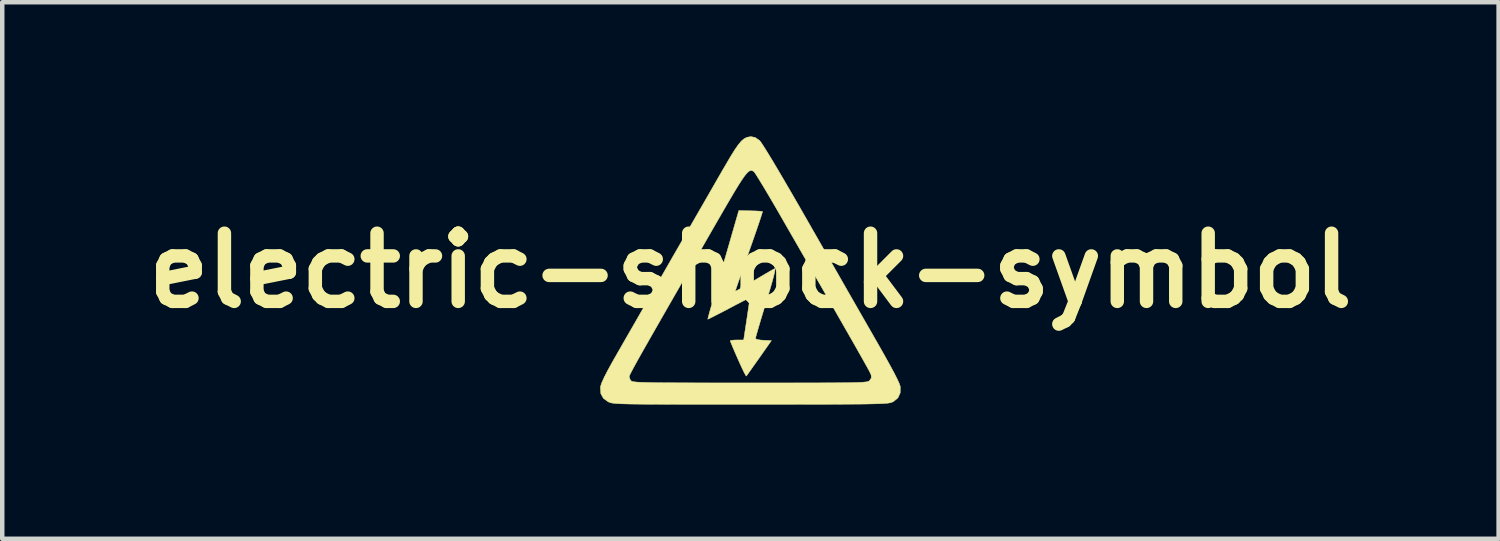
<source format=kicad_pcb>
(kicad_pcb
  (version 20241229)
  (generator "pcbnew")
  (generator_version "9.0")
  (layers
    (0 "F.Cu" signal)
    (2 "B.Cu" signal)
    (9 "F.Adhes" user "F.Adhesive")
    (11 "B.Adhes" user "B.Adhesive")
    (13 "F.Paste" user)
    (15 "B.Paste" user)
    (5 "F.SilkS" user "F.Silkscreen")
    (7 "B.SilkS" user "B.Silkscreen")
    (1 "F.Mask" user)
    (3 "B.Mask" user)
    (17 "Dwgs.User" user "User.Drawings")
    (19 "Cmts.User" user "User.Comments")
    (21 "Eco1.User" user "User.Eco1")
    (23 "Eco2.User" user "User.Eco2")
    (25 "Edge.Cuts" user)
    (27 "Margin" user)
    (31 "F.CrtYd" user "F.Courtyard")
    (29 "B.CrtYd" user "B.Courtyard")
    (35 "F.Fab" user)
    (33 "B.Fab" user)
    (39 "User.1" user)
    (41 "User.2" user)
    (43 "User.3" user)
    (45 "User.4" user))
  (footprint "electric-shock-symbol"
    (layer "F.Cu")
    (at 13.723 2.997)
    (property "Reference" "electric-shock-symbol" (at 0 0 0) (layer "F.SilkS") (effects (font (size 1.524 1.524) (thickness 0.3))))
    (attr through_hole)
    (fp_poly (pts (xy 0.001 -1.335) (xy 0.116 -1.332) (xy 0.207 -1.327) (xy 0.261 -1.321) (xy 0.271 -1.319) (xy 0.264 -1.291) (xy 0.241 -1.216) (xy 0.203 -1.1) (xy 0.152 -0.95) (xy 0.091 -0.773) (xy 0.021 -0.573) (xy -0.029 -0.431) (xy -0.103 -0.22) (xy -0.171 -0.027) (xy -0.23 0.143) (xy -0.279 0.283) (xy -0.314 0.387) (xy -0.335 0.448) (xy -0.339 0.462) (xy -0.316 0.453) (xy -0.253 0.42) (xy -0.157 0.365) (xy -0.036 0.295) (xy 0.081 0.225) (xy 0.221 0.142) (xy 0.346 0.068) (xy 0.448 0.009) (xy 0.517 -0.03) (xy 0.543 -0.043) (xy 0.551 -0.031) (xy 0.545 0.018) (xy 0.525 0.108) (xy 0.489 0.242) (xy 0.437 0.422) (xy 0.368 0.652) (xy 0.35 0.711) (xy 0.289 0.911) (xy 0.234 1.094) (xy 0.187 1.252) (xy 0.15 1.38) (xy 0.125 1.469) (xy 0.114 1.513) (xy 0.114 1.516) (xy 0.141 1.538) (xy 0.221 1.553) (xy 0.291 1.558) (xy 0.469 1.566) (xy 0.196 1.956) (xy 0.104 2.085) (xy 0.024 2.198) (xy -0.039 2.287) (xy -0.079 2.343) (xy -0.092 2.359) (xy -0.107 2.339) (xy -0.141 2.277) (xy -0.188 2.179) (xy -0.245 2.055) (xy -0.279 1.979) (xy -0.339 1.842) (xy -0.39 1.723) (xy -0.428 1.632) (xy -0.449 1.579) (xy -0.452 1.569) (xy -0.426 1.56) (xy -0.361 1.554) (xy -0.301 1.552) (xy -0.151 1.552) (xy -0.079 1.079) (xy -0.056 0.924) (xy -0.036 0.79) (xy -0.021 0.686) (xy -0.013 0.621) (xy -0.011 0.604) (xy -0.036 0.616) (xy -0.102 0.65) (xy -0.203 0.703) (xy -0.331 0.769) (xy -0.477 0.846) (xy -0.48 0.848) (xy -0.626 0.925) (xy -0.755 0.991) (xy -0.857 1.043) (xy -0.926 1.077) (xy -0.952 1.088) (xy -0.952 1.088) (xy -0.952 1.079) (xy -0.945 1.053) (xy -0.933 1.006) (xy -0.914 0.935) (xy -0.886 0.837) (xy -0.85 0.708) (xy -0.803 0.546) (xy -0.746 0.347) (xy -0.677 0.108) (xy -0.596 -0.175) (xy -0.5 -0.505) (xy -0.391 -0.884) (xy -0.353 -1.016) (xy -0.259 -1.341) (xy 0.001 -1.335)) (stroke (width 0.01) (type solid)) (fill yes) (layer "F.SilkS"))
    (fp_poly (pts (xy 0.107 -2.974) (xy 0.194 -2.914) (xy 0.21 -2.9) (xy 0.243 -2.857) (xy 0.302 -2.767) (xy 0.385 -2.634) (xy 0.492 -2.459) (xy 0.619 -2.245) (xy 0.766 -1.995) (xy 0.931 -1.712) (xy 1.113 -1.397) (xy 1.299 -1.072) (xy 1.481 -0.754) (xy 1.669 -0.425) (xy 1.859 -0.095) (xy 2.045 0.231) (xy 2.225 0.546) (xy 2.394 0.841) (xy 2.548 1.11) (xy 2.683 1.345) (xy 2.795 1.541) (xy 2.814 1.573) (xy 2.974 1.855) (xy 3.105 2.09) (xy 3.208 2.28) (xy 3.282 2.426) (xy 3.329 2.53) (xy 3.35 2.592) (xy 3.351 2.595) (xy 3.348 2.736) (xy 3.297 2.847) (xy 3.2 2.927) (xy 3.177 2.938) (xy 3.157 2.946) (xy 3.133 2.954) (xy 3.102 2.96) (xy 3.06 2.966) (xy 3.004 2.971) (xy 2.931 2.975) (xy 2.838 2.978) (xy 2.722 2.981) (xy 2.579 2.984) (xy 2.406 2.986) (xy 2.199 2.987) (xy 1.956 2.989) (xy 1.674 2.99) (xy 1.349 2.99) (xy 0.977 2.991) (xy 0.556 2.991) (xy 0.082 2.991) (xy 0 2.991) (xy -0.482 2.991) (xy -0.91 2.991) (xy -1.288 2.991) (xy -1.62 2.991) (xy -1.909 2.99) (xy -2.157 2.989) (xy -2.368 2.988) (xy -2.545 2.986) (xy -2.692 2.984) (xy -2.812 2.981) (xy -2.908 2.978) (xy -2.983 2.974) (xy -3.041 2.969) (xy -3.085 2.963) (xy -3.117 2.957) (xy -3.142 2.95) (xy -3.163 2.941) (xy -3.179 2.934) (xy -3.286 2.856) (xy -3.343 2.753) (xy -3.353 2.62) (xy -3.35 2.594) (xy -3.328 2.52) (xy -3.275 2.402) (xy -3.261 2.374) (xy -2.709 2.374) (xy -2.69 2.433) (xy -2.665 2.467) (xy -2.653 2.475) (xy -2.631 2.482) (xy -2.596 2.487) (xy -2.544 2.493) (xy -2.472 2.497) (xy -2.377 2.5) (xy -2.255 2.503) (xy -2.103 2.506) (xy -1.917 2.508) (xy -1.694 2.509) (xy -1.431 2.51) (xy -1.124 2.511) (xy -0.771 2.512) (xy -0.367 2.512) (xy -0.002 2.512) (xy 0.441 2.512) (xy 0.831 2.512) (xy 1.172 2.511) (xy 1.466 2.511) (xy 1.718 2.51) (xy 1.931 2.509) (xy 2.108 2.507) (xy 2.253 2.505) (xy 2.369 2.502) (xy 2.459 2.499) (xy 2.528 2.495) (xy 2.578 2.49) (xy 2.613 2.484) (xy 2.637 2.477) (xy 2.652 2.469) (xy 2.663 2.46) (xy 2.668 2.454) (xy 2.703 2.4) (xy 2.699 2.341) (xy 2.691 2.316) (xy 2.683 2.3) (xy 2.671 2.274) (xy 2.651 2.236) (xy 2.623 2.184) (xy 2.585 2.116) (xy 2.536 2.028) (xy 2.475 1.92) (xy 2.4 1.787) (xy 2.31 1.628) (xy 2.203 1.441) (xy 2.078 1.223) (xy 1.934 0.971) (xy 1.769 0.683) (xy 1.582 0.357) (xy 1.371 -0.01) (xy 1.136 -0.42) (xy 0.874 -0.875) (xy 0.762 -1.07) (xy 0.63 -1.3) (xy 0.505 -1.515) (xy 0.39 -1.71) (xy 0.288 -1.881) (xy 0.203 -2.021) (xy 0.137 -2.127) (xy 0.094 -2.192) (xy 0.077 -2.212) (xy 0.049 -2.228) (xy 0.021 -2.236) (xy -0.008 -2.232) (xy -0.041 -2.212) (xy -0.081 -2.174) (xy -0.13 -2.114) (xy -0.19 -2.028) (xy -0.264 -1.913) (xy -0.354 -1.766) (xy -0.462 -1.583) (xy -0.592 -1.36) (xy -0.746 -1.094) (xy -0.88 -0.861) (xy -1.147 -0.396) (xy -1.388 0.022) (xy -1.602 0.396) (xy -1.793 0.728) (xy -1.961 1.021) (xy -2.108 1.278) (xy -2.235 1.5) (xy -2.343 1.69) (xy -2.434 1.851) (xy -2.51 1.985) (xy -2.57 2.095) (xy -2.618 2.182) (xy -2.654 2.25) (xy -2.68 2.3) (xy -2.697 2.336) (xy -2.706 2.359) (xy -2.709 2.373) (xy -2.709 2.374) (xy -3.261 2.374) (xy -3.194 2.242) (xy -3.085 2.044) (xy -3.041 1.967) (xy -2.924 1.763) (xy -2.789 1.527) (xy -2.637 1.263) (xy -2.473 0.977) (xy -2.3 0.675) (xy -2.119 0.361) (xy -1.935 0.041) (xy -1.751 -0.281) (xy -1.568 -0.598) (xy -1.391 -0.907) (xy -1.222 -1.201) (xy -1.064 -1.475) (xy -0.92 -1.725) (xy -0.794 -1.945) (xy -0.688 -2.129) (xy -0.605 -2.273) (xy -0.564 -2.342) (xy -0.447 -2.542) (xy -0.35 -2.698) (xy -0.27 -2.813) (xy -0.201 -2.895) (xy -0.138 -2.948) (xy -0.077 -2.978) (xy -0.013 -2.99) (xy 0.019 -2.992) (xy 0.107 -2.974)) (stroke (width 0.01) (type solid)) (fill yes) (layer "F.SilkS")))
  (gr_rect
    (start -3 -3)
    (end 30.447 8.993)
    (stroke (width 0.1) (type default))
    (fill no)
    (layer "Edge.Cuts")))
</source>
